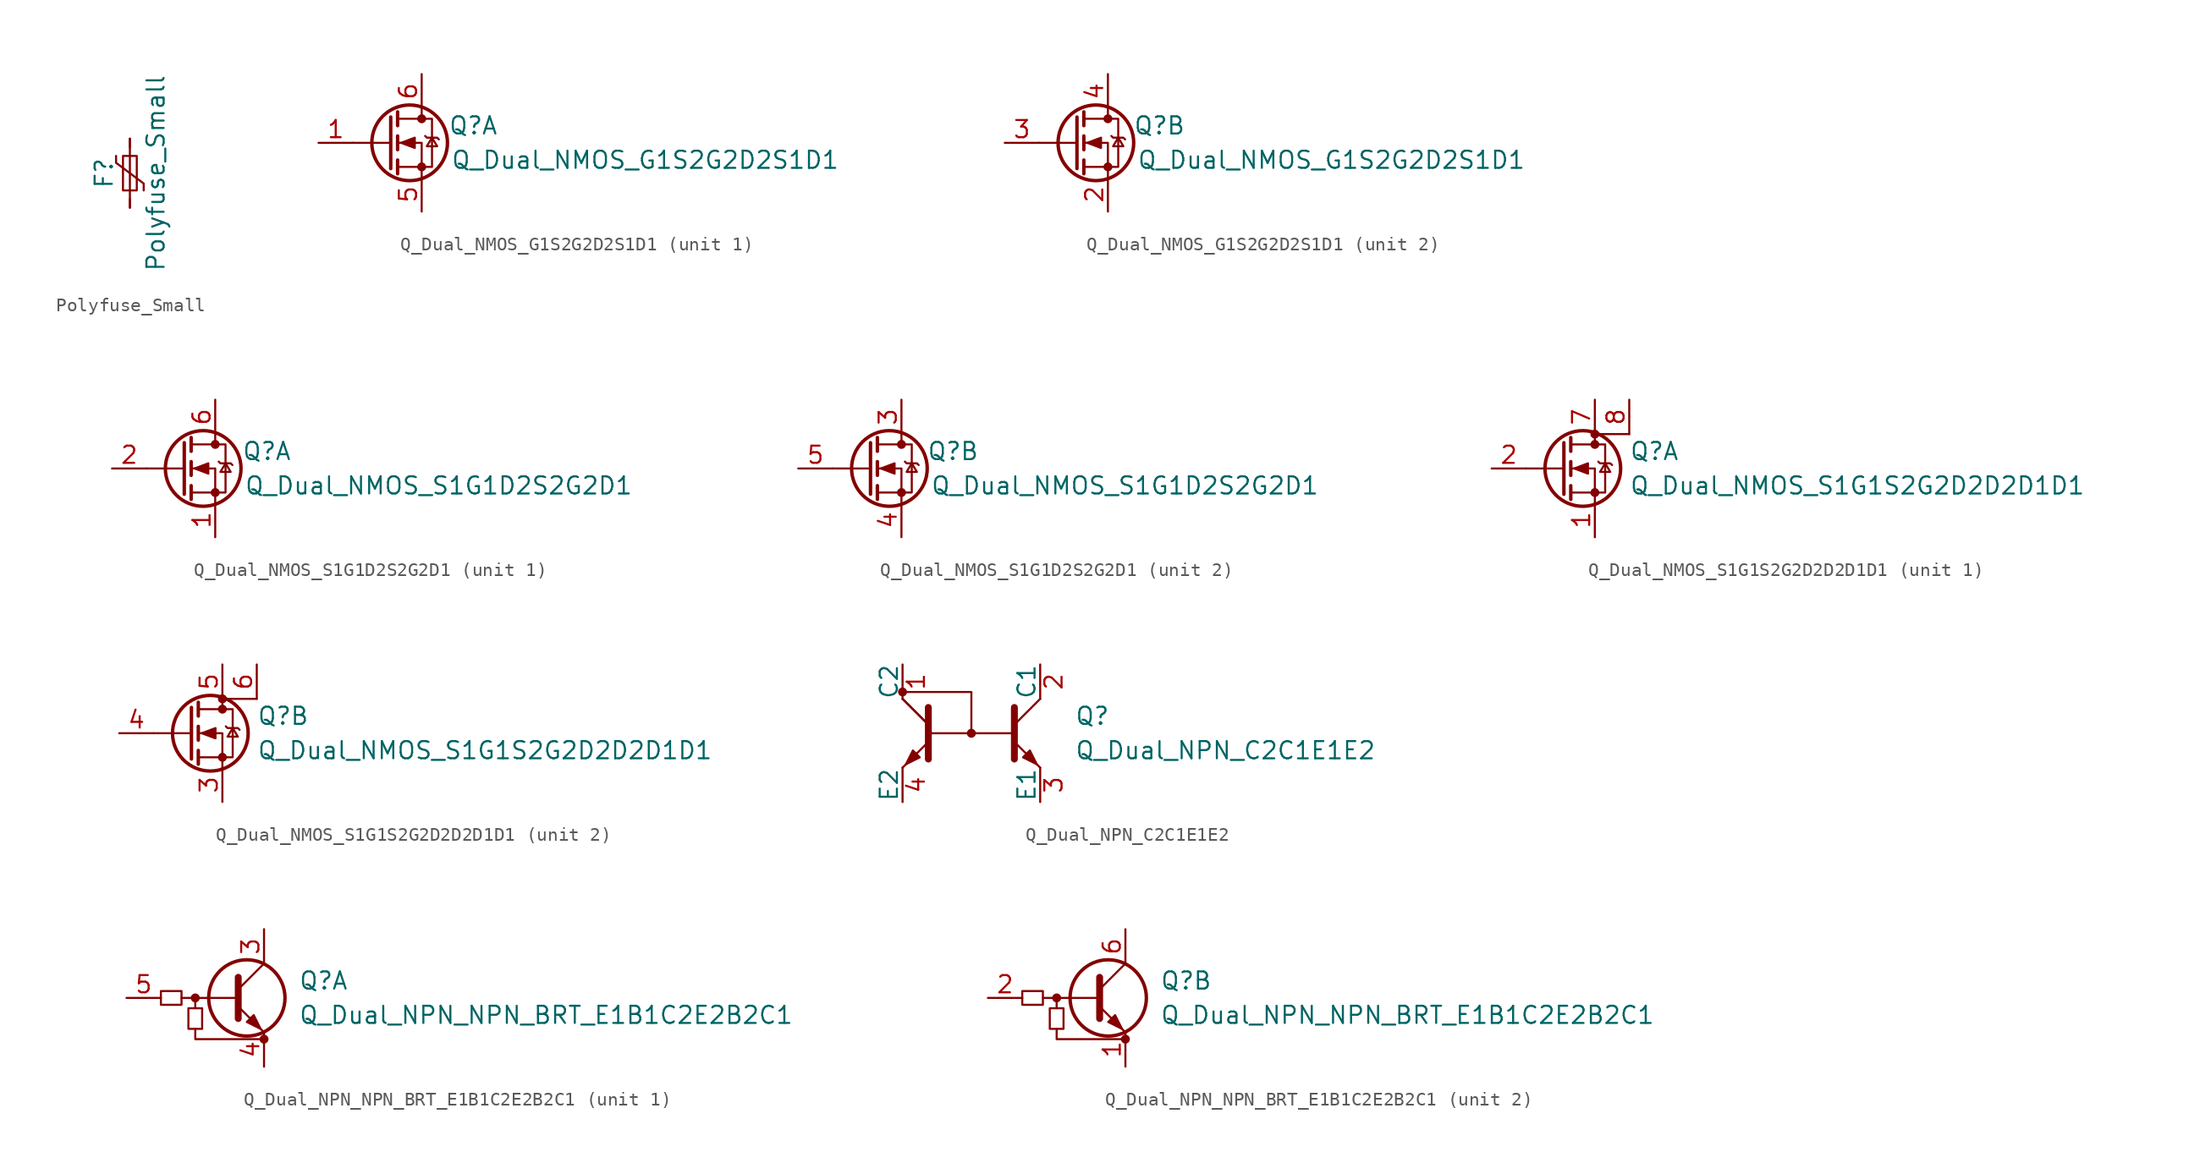
<source format=kicad_sym>
(kicad_symbol_lib
  (version 20241209)
  (generator "kicad_symbol_editor")
  (generator_version "9.0")
  (symbol "Polyfuse_Small"
    (pin_numbers
      (hide yes))
    (pin_names
      (offset 0))
    (property "Reference" "F"
      (at -1.905 0 90)
      (effects (font (size 1.27 1.27))))
    (property "Value" "Polyfuse_Small"
      (at 1.905 0 90)
      (effects (font (size 1.27 1.27))))
    (symbol "Polyfuse_Small_0_1"
      (polyline (pts (xy -1.016 1.27) (xy -1.016 0.762) (xy 1.016 -0.762) (xy 1.016 -1.27)) (stroke (width 0) (type solid)) (fill (type none)))
      (rectangle (start -0.508 1.27) (end 0.508 -1.27) (stroke (width 0) (type solid)) (fill (type none)))
      (polyline (pts (xy 0 2.54) (xy 0 -2.54)) (stroke (width 0) (type solid)) (fill (type none))))
    (symbol "Polyfuse_Small_1_1"
      (pin passive line (at 0 2.54 270) (length 0.635) (name "~" (effects (font (size 1.27 1.27)))) (number "1" (effects (font (size 1.27 1.27)))))
      (pin passive line (at 0 -2.54 90) (length 0.635) (name "~" (effects (font (size 1.27 1.27)))) (number "2" (effects (font (size 1.27 1.27)))))))
  (symbol "Q_Dual_NMOS_G1S2G2D2S1D1"
    (pin_names
      (offset 0)
      (hide yes))
    (property "Reference" "Q"
      (at 6.35 1.27 0)
      (effects (font (size 1.27 1.27))))
    (property "Value" "Q_Dual_NMOS_G1S2G2D2S1D1"
      (at 19.05 -1.27 0)
      (effects (font (size 1.27 1.27))))
    (symbol "Q_Dual_NMOS_G1S2G2D2S1D1_0_1"
      (polyline (pts (xy 0.254 1.905) (xy 0.254 -1.905)) (stroke (width 0.254) (type solid)) (fill (type none)))
      (polyline (pts (xy 0.254 0) (xy -2.54 0)) (stroke (width 0) (type solid)) (fill (type none)))
      (polyline (pts (xy 0.762 2.286) (xy 0.762 1.27)) (stroke (width 0.254) (type solid)) (fill (type none)))
      (polyline (pts (xy 0.762 0.508) (xy 0.762 -0.508)) (stroke (width 0.254) (type solid)) (fill (type none)))
      (polyline (pts (xy 0.762 -1.27) (xy 0.762 -2.286)) (stroke (width 0.254) (type solid)) (fill (type none)))
      (polyline (pts (xy 0.762 -1.778) (xy 3.302 -1.778) (xy 3.302 1.778) (xy 0.762 1.778)) (stroke (width 0) (type solid)) (fill (type none)))
      (polyline (pts (xy 1.016 0) (xy 2.032 0.381) (xy 2.032 -0.381) (xy 1.016 0)) (stroke (width 0) (type solid)) (fill (type outline)))
      (circle (center 1.651 0) (radius 2.794) (stroke (width 0.254) (type solid)) (fill (type none)))
      (polyline (pts (xy 2.54 2.54) (xy 2.54 1.778)) (stroke (width 0) (type solid)) (fill (type none)))
      (circle (center 2.54 1.778) (radius 0.254) (stroke (width 0) (type solid)) (fill (type outline)))
      (circle (center 2.54 -1.778) (radius 0.254) (stroke (width 0) (type solid)) (fill (type outline)))
      (polyline (pts (xy 2.54 -2.54) (xy 2.54 0) (xy 0.762 0)) (stroke (width 0) (type solid)) (fill (type none)))
      (polyline (pts (xy 2.794 0.508) (xy 2.921 0.381) (xy 3.683 0.381) (xy 3.81 0.254)) (stroke (width 0) (type solid)) (fill (type none)))
      (polyline (pts (xy 3.302 0.381) (xy 2.921 -0.254) (xy 3.683 -0.254) (xy 3.302 0.381)) (stroke (width 0) (type solid)) (fill (type none))))
    (symbol "Q_Dual_NMOS_G1S2G2D2S1D1_1_1"
      (pin input line (at -5.08 0 0) (length 2.54) (name "G" (effects (font (size 1.27 1.27)))) (number "1" (effects (font (size 1.27 1.27)))))
      (pin passive line (at 2.54 5.08 270) (length 2.54) (name "D" (effects (font (size 1.27 1.27)))) (number "6" (effects (font (size 1.27 1.27)))))
      (pin passive line (at 2.54 -5.08 90) (length 2.54) (name "S" (effects (font (size 1.27 1.27)))) (number "5" (effects (font (size 1.27 1.27))))))
    (symbol "Q_Dual_NMOS_G1S2G2D2S1D1_2_1"
      (pin input line (at -5.08 0 0) (length 2.54) (name "G" (effects (font (size 1.27 1.27)))) (number "3" (effects (font (size 1.27 1.27)))))
      (pin passive line (at 2.54 5.08 270) (length 2.54) (name "D" (effects (font (size 1.27 1.27)))) (number "4" (effects (font (size 1.27 1.27)))))
      (pin passive line (at 2.54 -5.08 90) (length 2.54) (name "S" (effects (font (size 1.27 1.27)))) (number "2" (effects (font (size 1.27 1.27)))))))
  (symbol "Q_Dual_NMOS_S1G1D2S2G2D1"
    (pin_names
      (offset 0)
      (hide yes))
    (property "Reference" "Q"
      (at 6.35 1.27 0)
      (effects (font (size 1.27 1.27))))
    (property "Value" "Q_Dual_NMOS_S1G1D2S2G2D1"
      (at 19.05 -1.27 0)
      (effects (font (size 1.27 1.27))))
    (symbol "Q_Dual_NMOS_S1G1D2S2G2D1_0_1"
      (polyline (pts (xy 0.254 1.905) (xy 0.254 -1.905)) (stroke (width 0.254) (type solid)) (fill (type none)))
      (polyline (pts (xy 0.254 0) (xy -2.54 0)) (stroke (width 0) (type solid)) (fill (type none)))
      (polyline (pts (xy 0.762 2.286) (xy 0.762 1.27)) (stroke (width 0.254) (type solid)) (fill (type none)))
      (polyline (pts (xy 0.762 0.508) (xy 0.762 -0.508)) (stroke (width 0.254) (type solid)) (fill (type none)))
      (polyline (pts (xy 0.762 -1.27) (xy 0.762 -2.286)) (stroke (width 0.254) (type solid)) (fill (type none)))
      (polyline (pts (xy 0.762 -1.778) (xy 3.302 -1.778) (xy 3.302 1.778) (xy 0.762 1.778)) (stroke (width 0) (type solid)) (fill (type none)))
      (polyline (pts (xy 1.016 0) (xy 2.032 0.381) (xy 2.032 -0.381) (xy 1.016 0)) (stroke (width 0) (type solid)) (fill (type outline)))
      (circle (center 1.651 0) (radius 2.794) (stroke (width 0.254) (type solid)) (fill (type none)))
      (polyline (pts (xy 2.54 2.54) (xy 2.54 1.778)) (stroke (width 0) (type solid)) (fill (type none)))
      (circle (center 2.54 1.778) (radius 0.254) (stroke (width 0) (type solid)) (fill (type outline)))
      (circle (center 2.54 -1.778) (radius 0.254) (stroke (width 0) (type solid)) (fill (type outline)))
      (polyline (pts (xy 2.54 -2.54) (xy 2.54 0) (xy 0.762 0)) (stroke (width 0) (type solid)) (fill (type none)))
      (polyline (pts (xy 2.794 0.508) (xy 2.921 0.381) (xy 3.683 0.381) (xy 3.81 0.254)) (stroke (width 0) (type solid)) (fill (type none)))
      (polyline (pts (xy 3.302 0.381) (xy 2.921 -0.254) (xy 3.683 -0.254) (xy 3.302 0.381)) (stroke (width 0) (type solid)) (fill (type none))))
    (symbol "Q_Dual_NMOS_S1G1D2S2G2D1_1_1"
      (pin input line (at -5.08 0 0) (length 2.54) (name "G" (effects (font (size 1.27 1.27)))) (number "2" (effects (font (size 1.27 1.27)))))
      (pin passive line (at 2.54 5.08 270) (length 2.54) (name "D" (effects (font (size 1.27 1.27)))) (number "6" (effects (font (size 1.27 1.27)))))
      (pin passive line (at 2.54 -5.08 90) (length 2.54) (name "S" (effects (font (size 1.27 1.27)))) (number "1" (effects (font (size 1.27 1.27))))))
    (symbol "Q_Dual_NMOS_S1G1D2S2G2D1_2_1"
      (pin input line (at -5.08 0 0) (length 2.54) (name "G" (effects (font (size 1.27 1.27)))) (number "5" (effects (font (size 1.27 1.27)))))
      (pin passive line (at 2.54 5.08 270) (length 2.54) (name "D" (effects (font (size 1.27 1.27)))) (number "3" (effects (font (size 1.27 1.27)))))
      (pin passive line (at 2.54 -5.08 90) (length 2.54) (name "S" (effects (font (size 1.27 1.27)))) (number "4" (effects (font (size 1.27 1.27)))))))
  (symbol "Q_Dual_NMOS_S1G1S2G2D2D2D1D1"
    (pin_names
      (offset 0)
      (hide yes))
    (property "Reference" "Q"
      (at 5.08 1.27 0)
      (effects (font (size 1.27 1.27)) (justify left)))
    (property "Value" "Q_Dual_NMOS_S1G1S2G2D2D2D1D1"
      (at 5.08 -1.27 0)
      (effects (font (size 1.27 1.27)) (justify left)))
    (symbol "Q_Dual_NMOS_S1G1S2G2D2D2D1D1_0_1"
      (polyline (pts (xy 0.254 1.905) (xy 0.254 -1.905)) (stroke (width 0.254) (type solid)) (fill (type none)))
      (polyline (pts (xy 0.254 0) (xy -2.54 0)) (stroke (width 0) (type solid)) (fill (type none)))
      (polyline (pts (xy 0.762 2.286) (xy 0.762 1.27)) (stroke (width 0.254) (type solid)) (fill (type none)))
      (polyline (pts (xy 0.762 0.508) (xy 0.762 -0.508)) (stroke (width 0.254) (type solid)) (fill (type none)))
      (polyline (pts (xy 0.762 -1.27) (xy 0.762 -2.286)) (stroke (width 0.254) (type solid)) (fill (type none)))
      (polyline (pts (xy 0.762 -1.778) (xy 3.302 -1.778) (xy 3.302 1.778) (xy 0.762 1.778)) (stroke (width 0) (type solid)) (fill (type none)))
      (polyline (pts (xy 1.016 0) (xy 2.032 0.381) (xy 2.032 -0.381) (xy 1.016 0)) (stroke (width 0) (type solid)) (fill (type outline)))
      (circle (center 1.651 0) (radius 2.794) (stroke (width 0.254) (type solid)) (fill (type none)))
      (polyline (pts (xy 2.54 2.54) (xy 2.54 1.778)) (stroke (width 0) (type solid)) (fill (type none)))
      (circle (center 2.54 2.54) (radius 0.254) (stroke (width 0) (type solid)) (fill (type outline)))
      (circle (center 2.54 1.778) (radius 0.254) (stroke (width 0) (type solid)) (fill (type outline)))
      (circle (center 2.54 -1.778) (radius 0.254) (stroke (width 0) (type solid)) (fill (type outline)))
      (polyline (pts (xy 2.54 -2.54) (xy 2.54 0) (xy 0.762 0)) (stroke (width 0) (type solid)) (fill (type none)))
      (polyline (pts (xy 2.794 0.508) (xy 2.921 0.381) (xy 3.683 0.381) (xy 3.81 0.254)) (stroke (width 0) (type solid)) (fill (type none)))
      (polyline (pts (xy 3.302 0.381) (xy 2.921 -0.254) (xy 3.683 -0.254) (xy 3.302 0.381)) (stroke (width 0) (type solid)) (fill (type none)))
      (polyline (pts (xy 5.08 2.54) (xy 2.54 2.54)) (stroke (width 0) (type solid)) (fill (type none))))
    (symbol "Q_Dual_NMOS_S1G1S2G2D2D2D1D1_1_1"
      (pin input line (at -5.08 0 0) (length 2.54) (name "G" (effects (font (size 1.27 1.27)))) (number "2" (effects (font (size 1.27 1.27)))))
      (pin passive line (at 2.54 5.08 270) (length 2.54) (name "D" (effects (font (size 1.27 1.27)))) (number "7" (effects (font (size 1.27 1.27)))))
      (pin passive line (at 2.54 -5.08 90) (length 2.54) (name "S" (effects (font (size 1.27 1.27)))) (number "1" (effects (font (size 1.27 1.27)))))
      (pin passive line (at 5.08 5.08 270) (length 2.54) (name "D" (effects (font (size 1.27 1.27)))) (number "8" (effects (font (size 1.27 1.27))))))
    (symbol "Q_Dual_NMOS_S1G1S2G2D2D2D1D1_2_1"
      (pin input line (at -5.08 0 0) (length 2.54) (name "G" (effects (font (size 1.27 1.27)))) (number "4" (effects (font (size 1.27 1.27)))))
      (pin passive line (at 2.54 5.08 270) (length 2.54) (name "D" (effects (font (size 1.27 1.27)))) (number "5" (effects (font (size 1.27 1.27)))))
      (pin passive line (at 2.54 -5.08 90) (length 2.54) (name "S" (effects (font (size 1.27 1.27)))) (number "3" (effects (font (size 1.27 1.27)))))
      (pin passive line (at 5.08 5.08 270) (length 2.54) (name "D" (effects (font (size 1.27 1.27)))) (number "6" (effects (font (size 1.27 1.27)))))))
  (symbol "Q_Dual_NPN_C2C1E1E2"
    (pin_names
      (offset 0))
    (property "Reference" "Q"
      (at 7.62 1.27 0)
      (effects (font (size 1.27 1.27)) (justify left)))
    (property "Value" "Q_Dual_NPN_C2C1E1E2"
      (at 7.62 -1.27 0)
      (effects (font (size 1.27 1.27)) (justify left)))
    (symbol "Q_Dual_NPN_C2C1E1E2_0_1"
      (circle (center -5.08 3.048) (radius 0.254) (stroke (width 0) (type solid)) (fill (type outline)))
      (polyline (pts (xy -5.08 2.54) (xy -3.175 0.635)) (stroke (width 0) (type solid)) (fill (type none)))
      (polyline (pts (xy -5.08 2.54) (xy -3.175 0.635)) (stroke (width 0) (type solid)) (fill (type none)))
      (polyline (pts (xy -5.08 -2.54) (xy -3.175 -0.635)) (stroke (width 0) (type solid)) (fill (type none)))
      (polyline (pts (xy -3.81 -1.778) (xy -4.318 -1.27) (xy -4.826 -2.286) (xy -3.81 -1.778) (xy -3.81 -1.778)) (stroke (width 0) (type solid)) (fill (type outline)))
      (polyline (pts (xy -3.175 -1.905) (xy -3.175 1.905) (xy -3.175 1.905)) (stroke (width 0.508) (type solid)) (fill (type outline)))
      (polyline (pts (xy 0 0) (xy 0 3.048) (xy -5.08 3.048)) (stroke (width 0) (type solid)) (fill (type none)))
      (circle (center 0 0) (radius 0.254) (stroke (width 0) (type solid)) (fill (type outline)))
      (polyline (pts (xy 3.175 0) (xy -3.175 0)) (stroke (width 0) (type solid)) (fill (type none)))
      (polyline (pts (xy 3.175 -1.905) (xy 3.175 1.905) (xy 3.175 1.905)) (stroke (width 0.508) (type solid)) (fill (type outline)))
      (polyline (pts (xy 3.81 -1.778) (xy 4.318 -1.27) (xy 4.826 -2.286) (xy 3.81 -1.778) (xy 3.81 -1.778)) (stroke (width 0) (type solid)) (fill (type outline)))
      (polyline (pts (xy 5.08 2.54) (xy 3.175 0.635)) (stroke (width 0) (type solid)) (fill (type none)))
      (polyline (pts (xy 5.08 -2.54) (xy 3.175 -0.635)) (stroke (width 0) (type solid)) (fill (type none))))
    (symbol "Q_Dual_NPN_C2C1E1E2_1_1"
      (pin passive line (at -5.08 5.08 270) (length 2.54) (name "C2" (effects (font (size 1.27 1.27)))) (number "1" (effects (font (size 1.27 1.27)))))
      (pin passive line (at -5.08 -5.08 90) (length 2.54) (name "E2" (effects (font (size 1.27 1.27)))) (number "4" (effects (font (size 1.27 1.27)))))
      (pin passive line (at 5.08 5.08 270) (length 2.54) (name "C1" (effects (font (size 1.27 1.27)))) (number "2" (effects (font (size 1.27 1.27)))))
      (pin passive line (at 5.08 -5.08 90) (length 2.54) (name "E1" (effects (font (size 1.27 1.27)))) (number "3" (effects (font (size 1.27 1.27)))))))
  (symbol "Q_Dual_NPN_NPN_BRT_E1B1C2E2B2C1"
    (pin_names
      (hide yes))
    (property "Reference" "Q"
      (at 3.81 1.27 0)
      (effects (font (size 1.27 1.27)) (justify left)))
    (property "Value" "Q_Dual_NPN_NPN_BRT_E1B1C2E2B2C1"
      (at 3.81 -1.27 0)
      (effects (font (size 1.27 1.27)) (justify left)))
    (symbol "Q_Dual_NPN_NPN_BRT_E1B1C2E2B2C1_0_1"
      (rectangle (start -6.35 0.508) (end -4.826 -0.508) (stroke (width 0) (type solid)) (fill (type none)))
      (rectangle (start -4.318 -2.286) (end -3.302 -0.762) (stroke (width 0) (type solid)) (fill (type none)))
      (circle (center -3.81 0) (radius 0.254) (stroke (width 0) (type solid)) (fill (type outline)))
      (polyline (pts (xy -3.81 -0.762) (xy -3.81 0)) (stroke (width 0) (type solid)) (fill (type none)))
      (polyline (pts (xy -3.81 -2.286) (xy -3.81 -3.048) (xy 1.27 -3.048)) (stroke (width 0) (type solid)) (fill (type none)))
      (polyline (pts (xy -0.762 0) (xy -4.826 0)) (stroke (width 0) (type solid)) (fill (type none)))
      (polyline (pts (xy -0.635 1.524) (xy -0.635 -1.524)) (stroke (width 0.508) (type solid)) (fill (type none)))
      (circle (center 1.27 -3.048) (radius 0.254) (stroke (width 0) (type solid)) (fill (type outline))))
    (symbol "Q_Dual_NPN_NPN_BRT_E1B1C2E2B2C1_1_1"
      (polyline (pts (xy -0.635 0.635) (xy 1.27 2.54)) (stroke (width 0) (type solid)) (fill (type none)))
      (polyline (pts (xy -0.635 -0.635) (xy 1.27 -2.54) (xy 1.27 -2.54)) (stroke (width 0) (type solid)) (fill (type none)))
      (circle (center 0 0) (radius 2.819) (stroke (width 0.254) (type solid)) (fill (type none)))
      (polyline (pts (xy 0 -1.778) (xy 0.508 -1.27) (xy 1.016 -2.286) (xy 0 -1.778) (xy 0 -1.778)) (stroke (width 0) (type solid)) (fill (type outline)))
      (pin input line (at -8.89 0 0) (length 2.54) (name "B1" (effects (font (size 1.27 1.27)))) (number "5" (effects (font (size 1.27 1.27)))))
      (pin passive line (at 1.27 5.08 270) (length 2.54) (name "C1" (effects (font (size 1.27 1.27)))) (number "3" (effects (font (size 1.27 1.27)))))
      (pin passive line (at 1.27 -5.08 90) (length 2.54) (name "E1" (effects (font (size 1.27 1.27)))) (number "4" (effects (font (size 1.27 1.27))))))
    (symbol "Q_Dual_NPN_NPN_BRT_E1B1C2E2B2C1_2_1"
      (polyline (pts (xy -0.635 0.635) (xy 1.27 2.54)) (stroke (width 0) (type solid)) (fill (type none)))
      (polyline (pts (xy -0.635 -0.635) (xy 1.27 -2.54) (xy 1.27 -2.54)) (stroke (width 0) (type solid)) (fill (type none)))
      (circle (center 0 0) (radius 2.819) (stroke (width 0.254) (type solid)) (fill (type none)))
      (polyline (pts (xy 0 -1.778) (xy 0.508 -1.27) (xy 1.016 -2.286) (xy 0 -1.778) (xy 0 -1.778)) (stroke (width 0) (type solid)) (fill (type outline)))
      (pin input line (at -8.89 0 0) (length 2.54) (name "B1" (effects (font (size 1.27 1.27)))) (number "2" (effects (font (size 1.27 1.27)))))
      (pin passive line (at 1.27 5.08 270) (length 2.54) (name "C1" (effects (font (size 1.27 1.27)))) (number "6" (effects (font (size 1.27 1.27)))))
      (pin passive line (at 1.27 -5.08 90) (length 2.54) (name "E1" (effects (font (size 1.27 1.27)))) (number "1" (effects (font (size 1.27 1.27))))))))
</source>
